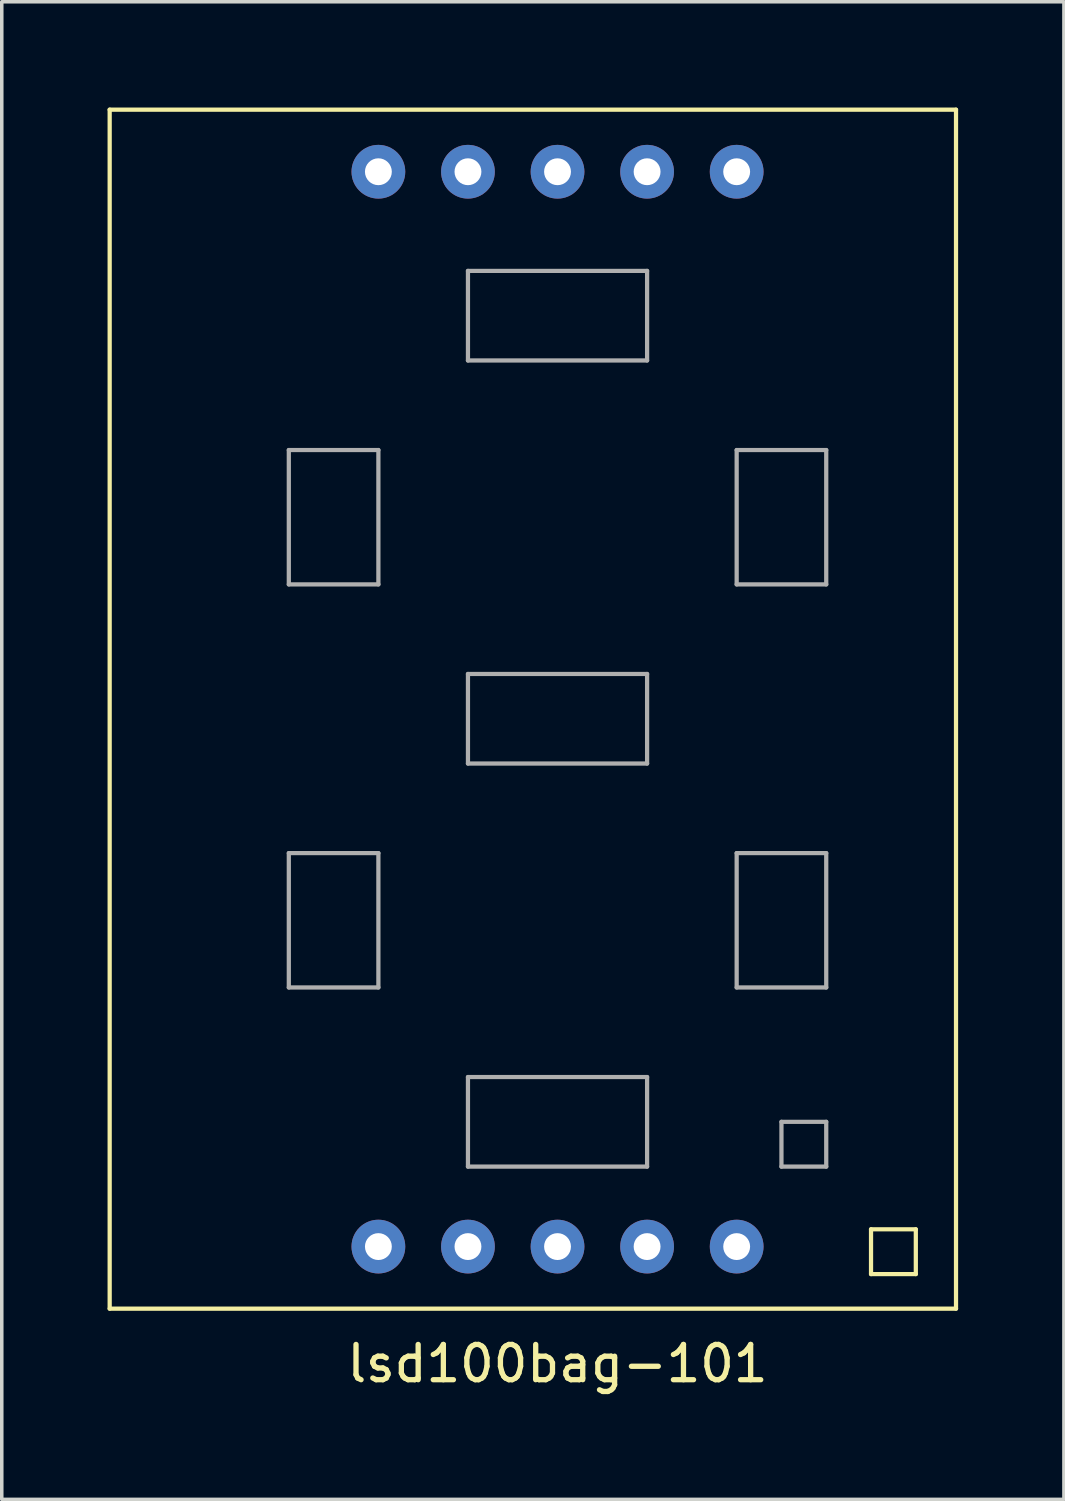
<source format=kicad_pcb>
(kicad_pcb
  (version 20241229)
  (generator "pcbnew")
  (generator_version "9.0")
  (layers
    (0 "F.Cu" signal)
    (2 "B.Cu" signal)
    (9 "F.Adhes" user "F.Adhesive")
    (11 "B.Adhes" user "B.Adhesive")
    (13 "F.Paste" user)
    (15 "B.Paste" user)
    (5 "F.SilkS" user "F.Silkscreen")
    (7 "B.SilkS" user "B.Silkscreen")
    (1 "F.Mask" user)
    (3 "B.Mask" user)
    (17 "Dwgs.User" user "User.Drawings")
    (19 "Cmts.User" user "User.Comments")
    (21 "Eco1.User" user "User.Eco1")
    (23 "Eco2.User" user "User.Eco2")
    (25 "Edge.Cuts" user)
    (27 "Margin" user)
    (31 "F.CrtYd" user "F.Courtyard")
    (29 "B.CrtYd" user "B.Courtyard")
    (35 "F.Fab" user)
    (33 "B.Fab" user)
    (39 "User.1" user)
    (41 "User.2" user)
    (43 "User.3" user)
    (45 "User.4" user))
  (footprint "lsd100bag-101"
    (layer "F.Cu")
    (at 12.76 17.332)
    (property "Reference" "lsd100bag-101" (at 0 18.288 0) (layer "F.SilkS") (effects (font (size 1 1) (thickness 0.15))))
    (attr through_hole)
    (fp_line (start -12.7 -17.272) (end -12.7 16.728) (stroke (width 0.12) (type solid)) (layer "F.SilkS"))
    (fp_line (start -12.7 -17.272) (end 11.3 -17.272) (stroke (width 0.12) (type solid)) (layer "F.SilkS"))
    (fp_line (start -12.7 16.728) (end 11.3 16.728) (stroke (width 0.12) (type solid)) (layer "F.SilkS"))
    (fp_line (start 8.89 14.478) (end 10.16 14.478) (stroke (width 0.12) (type solid)) (layer "F.SilkS"))
    (fp_line (start 8.89 15.748) (end 8.89 14.478) (stroke (width 0.12) (type solid)) (layer "F.SilkS"))
    (fp_line (start 10.16 14.478) (end 10.16 15.748) (stroke (width 0.12) (type solid)) (layer "F.SilkS"))
    (fp_line (start 10.16 15.748) (end 8.89 15.748) (stroke (width 0.12) (type solid)) (layer "F.SilkS"))
    (fp_line (start 11.3 -17.272) (end 11.3 16.728) (stroke (width 0.12) (type solid)) (layer "F.SilkS"))
    (fp_line (start -7.62 -7.62) (end -5.08 -7.62) (stroke (width 0.12) (type solid)) (layer "F.Fab"))
    (fp_line (start -7.62 -3.81) (end -7.62 -7.62) (stroke (width 0.12) (type solid)) (layer "F.Fab"))
    (fp_line (start -7.62 3.81) (end -5.08 3.81) (stroke (width 0.12) (type solid)) (layer "F.Fab"))
    (fp_line (start -7.62 7.62) (end -7.62 3.81) (stroke (width 0.12) (type solid)) (layer "F.Fab"))
    (fp_line (start -5.08 -7.62) (end -5.08 -3.81) (stroke (width 0.12) (type solid)) (layer "F.Fab"))
    (fp_line (start -5.08 -3.81) (end -7.62 -3.81) (stroke (width 0.12) (type solid)) (layer "F.Fab"))
    (fp_line (start -5.08 3.81) (end -5.08 7.62) (stroke (width 0.12) (type solid)) (layer "F.Fab"))
    (fp_line (start -5.08 7.62) (end -7.62 7.62) (stroke (width 0.12) (type solid)) (layer "F.Fab"))
    (fp_line (start -2.54 -12.7) (end -2.54 -10.16) (stroke (width 0.12) (type solid)) (layer "F.Fab"))
    (fp_line (start -2.54 -10.16) (end 2.54 -10.16) (stroke (width 0.12) (type solid)) (layer "F.Fab"))
    (fp_line (start -2.54 -1.27) (end -2.54 1.27) (stroke (width 0.12) (type solid)) (layer "F.Fab"))
    (fp_line (start -2.54 1.27) (end 2.54 1.27) (stroke (width 0.12) (type solid)) (layer "F.Fab"))
    (fp_line (start -2.54 10.16) (end -2.54 12.7) (stroke (width 0.12) (type solid)) (layer "F.Fab"))
    (fp_line (start -2.54 12.7) (end 2.54 12.7) (stroke (width 0.12) (type solid)) (layer "F.Fab"))
    (fp_line (start 2.54 -12.7) (end -2.54 -12.7) (stroke (width 0.12) (type solid)) (layer "F.Fab"))
    (fp_line (start 2.54 -10.16) (end 2.54 -12.7) (stroke (width 0.12) (type solid)) (layer "F.Fab"))
    (fp_line (start 2.54 -1.27) (end -2.54 -1.27) (stroke (width 0.12) (type solid)) (layer "F.Fab"))
    (fp_line (start 2.54 1.27) (end 2.54 -1.27) (stroke (width 0.12) (type solid)) (layer "F.Fab"))
    (fp_line (start 2.54 10.16) (end -2.54 10.16) (stroke (width 0.12) (type solid)) (layer "F.Fab"))
    (fp_line (start 2.54 12.7) (end 2.54 10.16) (stroke (width 0.12) (type solid)) (layer "F.Fab"))
    (fp_line (start 5.08 -7.62) (end 7.62 -7.62) (stroke (width 0.12) (type solid)) (layer "F.Fab"))
    (fp_line (start 5.08 -3.81) (end 5.08 -7.62) (stroke (width 0.12) (type solid)) (layer "F.Fab"))
    (fp_line (start 5.08 3.81) (end 7.62 3.81) (stroke (width 0.12) (type solid)) (layer "F.Fab"))
    (fp_line (start 5.08 7.62) (end 5.08 3.81) (stroke (width 0.12) (type solid)) (layer "F.Fab"))
    (fp_line (start 6.35 11.43) (end 6.35 12.7) (stroke (width 0.12) (type solid)) (layer "F.Fab"))
    (fp_line (start 6.35 12.7) (end 7.62 12.7) (stroke (width 0.12) (type solid)) (layer "F.Fab"))
    (fp_line (start 7.62 -7.62) (end 7.62 -3.81) (stroke (width 0.12) (type solid)) (layer "F.Fab"))
    (fp_line (start 7.62 -3.81) (end 5.08 -3.81) (stroke (width 0.12) (type solid)) (layer "F.Fab"))
    (fp_line (start 7.62 3.81) (end 7.62 7.62) (stroke (width 0.12) (type solid)) (layer "F.Fab"))
    (fp_line (start 7.62 7.62) (end 5.08 7.62) (stroke (width 0.12) (type solid)) (layer "F.Fab"))
    (fp_line (start 7.62 11.43) (end 6.35 11.43) (stroke (width 0.12) (type solid)) (layer "F.Fab"))
    (fp_line (start 7.62 12.7) (end 7.62 11.43) (stroke (width 0.12) (type solid)) (layer "F.Fab"))
    (pad "1" thru_hole circle (at -5.08 14.968) (size 1.524 1.524) (drill 0.762) (layers "*.Cu" "*.Mask"))
    (pad "2" thru_hole circle (at -2.54 14.968) (size 1.524 1.524) (drill 0.762) (layers "*.Cu" "*.Mask"))
    (pad "3" thru_hole circle (at 0 14.968) (size 1.524 1.524) (drill 0.762) (layers "*.Cu" "*.Mask"))
    (pad "4" thru_hole circle (at 2.54 14.968) (size 1.524 1.524) (drill 0.762) (layers "*.Cu" "*.Mask"))
    (pad "5" thru_hole circle (at 5.08 14.968) (size 1.524 1.524) (drill 0.762) (layers "*.Cu" "*.Mask"))
    (pad "6" thru_hole circle (at 5.08 -15.512) (size 1.524 1.524) (drill 0.762) (layers "*.Cu" "*.Mask"))
    (pad "7" thru_hole circle (at 2.54 -15.512) (size 1.524 1.524) (drill 0.762) (layers "*.Cu" "*.Mask"))
    (pad "8" thru_hole circle (at 0 -15.512) (size 1.524 1.524) (drill 0.762) (layers "*.Cu" "*.Mask"))
    (pad "9" thru_hole circle (at -2.54 -15.512) (size 1.524 1.524) (drill 0.762) (layers "*.Cu" "*.Mask"))
    (pad "10" thru_hole circle (at -5.08 -15.512) (size 1.524 1.524) (drill 0.762) (layers "*.Cu" "*.Mask")))
  (gr_rect
    (start -3 -3)
    (end 27.12 39.468)
    (stroke (width 0.1) (type default))
    (fill no)
    (layer "Edge.Cuts")))
</source>
